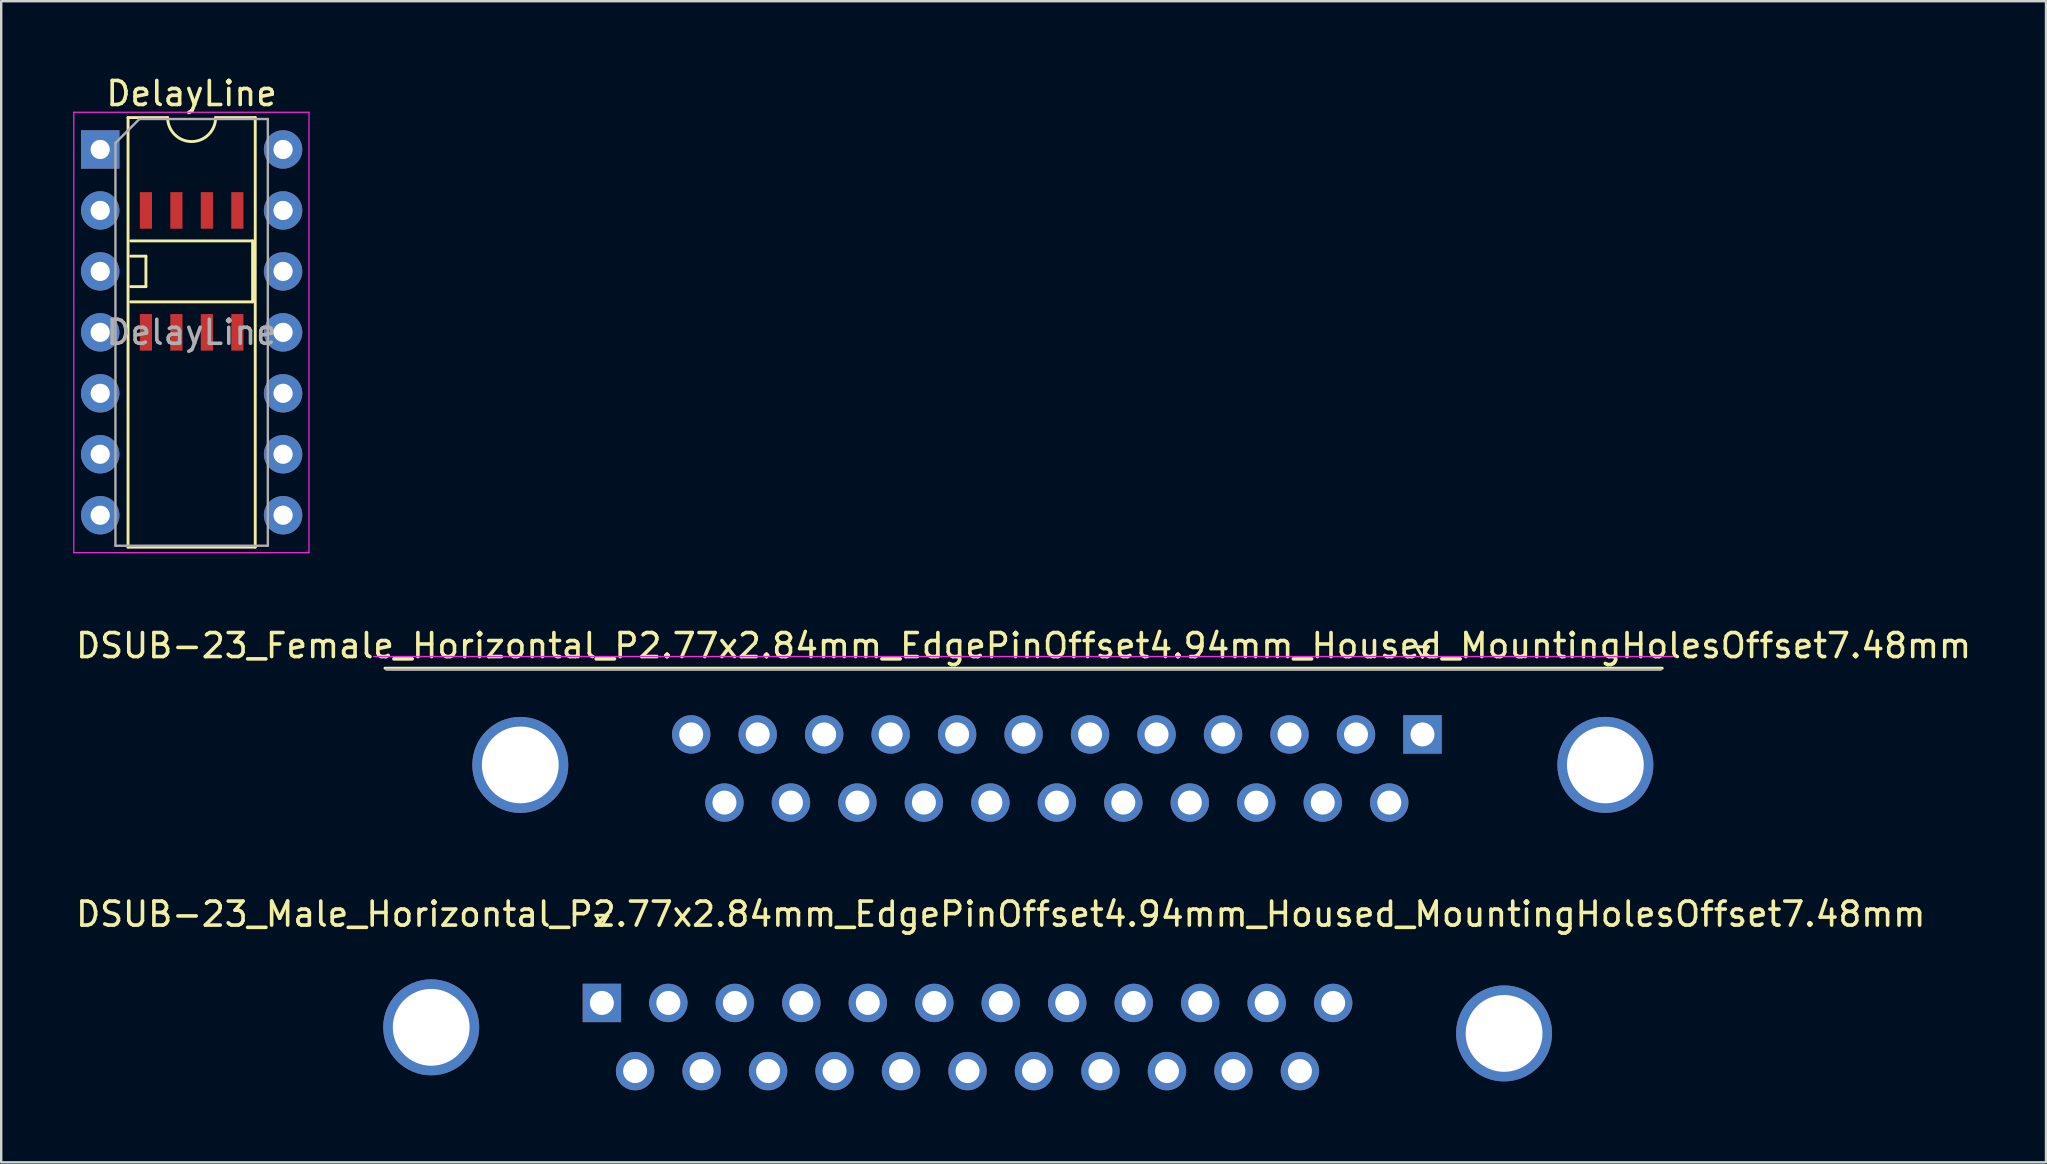
<source format=kicad_pcb>
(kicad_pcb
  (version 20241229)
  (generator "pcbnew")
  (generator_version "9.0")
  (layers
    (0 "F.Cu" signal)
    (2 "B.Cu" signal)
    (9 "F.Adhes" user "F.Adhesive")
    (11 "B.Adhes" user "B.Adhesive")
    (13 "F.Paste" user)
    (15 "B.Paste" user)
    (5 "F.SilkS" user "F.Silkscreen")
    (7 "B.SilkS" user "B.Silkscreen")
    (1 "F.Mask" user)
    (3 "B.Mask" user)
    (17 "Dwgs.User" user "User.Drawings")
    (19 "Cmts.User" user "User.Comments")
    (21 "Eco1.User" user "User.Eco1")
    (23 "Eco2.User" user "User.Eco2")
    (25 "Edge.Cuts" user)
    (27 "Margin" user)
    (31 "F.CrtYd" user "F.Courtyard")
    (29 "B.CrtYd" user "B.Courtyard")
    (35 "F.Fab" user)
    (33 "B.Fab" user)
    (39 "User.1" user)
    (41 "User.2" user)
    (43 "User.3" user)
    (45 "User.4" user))
  (footprint "DelayLine"
    (layer "F.Cu")
    (at 1.125 3.178)
    (property "Reference" "DelayLine" (at 3.81 -2.33 0) (layer "F.SilkS") (effects (font (size 1 1) (thickness 0.15))))
    (attr through_hole)
    (fp_line (start 1.16 -1.33) (end 1.16 16.57) (stroke (width 0.12) (type solid)) (layer "F.SilkS"))
    (fp_line (start 1.16 16.57) (end 6.46 16.57) (stroke (width 0.12) (type solid)) (layer "F.SilkS"))
    (fp_line (start 1.27 3.81) (end 6.35 3.81) (stroke (width 0.12) (type solid)) (layer "F.SilkS"))
    (fp_line (start 1.27 4.445) (end 1.905 4.445) (stroke (width 0.12) (type solid)) (layer "F.SilkS"))
    (fp_line (start 1.905 4.445) (end 1.905 5.715) (stroke (width 0.12) (type solid)) (layer "F.SilkS"))
    (fp_line (start 1.905 5.715) (end 1.27 5.715) (stroke (width 0.12) (type solid)) (layer "F.SilkS"))
    (fp_line (start 2.81 -1.33) (end 1.16 -1.33) (stroke (width 0.12) (type solid)) (layer "F.SilkS"))
    (fp_line (start 6.35 3.81) (end 6.35 6.35) (stroke (width 0.12) (type solid)) (layer "F.SilkS"))
    (fp_line (start 6.35 6.35) (end 1.27 6.35) (stroke (width 0.12) (type solid)) (layer "F.SilkS"))
    (fp_line (start 6.46 -1.33) (end 4.81 -1.33) (stroke (width 0.12) (type solid)) (layer "F.SilkS"))
    (fp_line (start 6.46 16.57) (end 6.46 -1.33) (stroke (width 0.12) (type solid)) (layer "F.SilkS"))
    (fp_arc (start 4.81 -1.33) (mid 3.81 -0.33) (end 2.81 -1.33) (stroke (width 0.12) (type solid)) (layer "F.SilkS"))
    (fp_line (start -1.1 -1.55) (end -1.1 16.8) (stroke (width 0.05) (type solid)) (layer "F.CrtYd"))
    (fp_line (start -1.1 16.8) (end 8.7 16.8) (stroke (width 0.05) (type solid)) (layer "F.CrtYd"))
    (fp_line (start 8.7 -1.55) (end -1.1 -1.55) (stroke (width 0.05) (type solid)) (layer "F.CrtYd"))
    (fp_line (start 8.7 16.8) (end 8.7 -1.55) (stroke (width 0.05) (type solid)) (layer "F.CrtYd"))
    (fp_line (start 0.635 -0.27) (end 1.635 -1.27) (stroke (width 0.1) (type solid)) (layer "F.Fab"))
    (fp_line (start 0.635 16.51) (end 0.635 -0.27) (stroke (width 0.1) (type solid)) (layer "F.Fab"))
    (fp_line (start 1.635 -1.27) (end 6.985 -1.27) (stroke (width 0.1) (type solid)) (layer "F.Fab"))
    (fp_line (start 6.985 -1.27) (end 6.985 16.51) (stroke (width 0.1) (type solid)) (layer "F.Fab"))
    (fp_line (start 6.985 16.51) (end 0.635 16.51) (stroke (width 0.1) (type solid)) (layer "F.Fab"))
    (fp_text user "${REFERENCE}" (at 3.81 7.62 0) (layer "F.Fab") (effects (font (size 1 1) (thickness 0.15))))
    (pad "1" thru_hole rect (at 0 0) (size 1.6 1.6) (drill 0.8) (layers "*.Cu" "*.Mask"))
    (pad "1" smd rect (at 1.905 7.62) (size 0.507 1.524) (layers "F.Cu" "F.Mask" "F.Paste"))
    (pad "2" thru_hole oval (at 0 2.54) (size 1.6 1.6) (drill 0.8) (layers "*.Cu" "*.Mask"))
    (pad "3" thru_hole oval (at 0 5.08) (size 1.6 1.6) (drill 0.8) (layers "*.Cu" "*.Mask"))
    (pad "4" thru_hole oval (at 0 7.62) (size 1.6 1.6) (drill 0.8) (layers "*.Cu" "*.Mask"))
    (pad "4" smd rect (at 3.175 7.62) (size 0.507 1.524) (layers "F.Cu" "F.Mask" "F.Paste"))
    (pad "5" thru_hole oval (at 0 10.16) (size 1.6 1.6) (drill 0.8) (layers "*.Cu" "*.Mask"))
    (pad "6" thru_hole oval (at 0 12.7) (size 1.6 1.6) (drill 0.8) (layers "*.Cu" "*.Mask"))
    (pad "6" smd rect (at 4.445 7.62) (size 0.507 1.524) (layers "F.Cu" "F.Mask" "F.Paste"))
    (pad "7" thru_hole oval (at 0 15.24) (size 1.6 1.6) (drill 0.8) (layers "*.Cu" "*.Mask"))
    (pad "7" smd rect (at 5.715 7.62) (size 0.507 1.524) (layers "F.Cu" "F.Mask" "F.Paste"))
    (pad "8" smd rect (at 5.715 2.54) (size 0.507 1.524) (layers "F.Cu" "F.Mask" "F.Paste"))
    (pad "8" thru_hole oval (at 7.62 15.24) (size 1.6 1.6) (drill 0.8) (layers "*.Cu" "*.Mask"))
    (pad "9" thru_hole oval (at 7.62 12.7) (size 1.6 1.6) (drill 0.8) (layers "*.Cu" "*.Mask"))
    (pad "10" smd rect (at 4.445 2.54) (size 0.507 1.524) (layers "F.Cu" "F.Mask" "F.Paste"))
    (pad "10" thru_hole oval (at 7.62 10.16) (size 1.6 1.6) (drill 0.8) (layers "*.Cu" "*.Mask"))
    (pad "11" thru_hole oval (at 7.62 7.62) (size 1.6 1.6) (drill 0.8) (layers "*.Cu" "*.Mask"))
    (pad "12" smd rect (at 3.175 2.54) (size 0.507 1.524) (layers "F.Cu" "F.Mask" "F.Paste"))
    (pad "12" thru_hole oval (at 7.62 5.08) (size 1.6 1.6) (drill 0.8) (layers "*.Cu" "*.Mask"))
    (pad "13" thru_hole oval (at 7.62 2.54) (size 1.6 1.6) (drill 0.8) (layers "*.Cu" "*.Mask"))
    (pad "14" smd rect (at 1.905 2.54) (size 0.507 1.524) (layers "F.Cu" "F.Mask" "F.Paste"))
    (pad "14" thru_hole oval (at 7.62 0) (size 1.6 1.6) (drill 0.8) (layers "*.Cu" "*.Mask")))
  (footprint "DSUB-23_Male_Horizontal_P2.77x2.84mm_EdgePinOffset4.94mm_Housed_MountingHolesOffset7.48mm"
    (layer "F.Cu")
    (at 22.029 38.74)
    (property "Reference" "DSUB-23_Male_Horizontal_P2.77x2.84mm_EdgePinOffset4.94mm_Housed_MountingHolesOffset7.48mm" (at 16.62 -3.7 0) (layer "F.SilkS") (effects (font (size 1 1) (thickness 0.15))))
    (attr through_hole)
    (fp_line (start -0.25 -3.654) (end 0.25 -3.654) (stroke (width 0.12) (type solid)) (layer "F.SilkS"))
    (fp_line (start 0 -3.221) (end -0.25 -3.654) (stroke (width 0.12) (type solid)) (layer "F.SilkS"))
    (fp_line (start 0.25 -3.654) (end 0 -3.221) (stroke (width 0.12) (type solid)) (layer "F.SilkS"))
    (pad "0" thru_hole circle (at -7.112 1.016) (size 4 4) (drill 3.2) (layers "*.Cu" "*.Mask"))
    (pad "0" thru_hole circle (at 37.592 1.27) (size 4 4) (drill 3.2) (layers "*.Cu" "*.Mask"))
    (pad "1" thru_hole rect (at 0 0) (size 1.6 1.6) (drill 1) (layers "*.Cu" "*.Mask"))
    (pad "2" thru_hole circle (at 2.77 0) (size 1.6 1.6) (drill 1) (layers "*.Cu" "*.Mask"))
    (pad "3" thru_hole circle (at 5.54 0) (size 1.6 1.6) (drill 1) (layers "*.Cu" "*.Mask"))
    (pad "4" thru_hole circle (at 8.31 0) (size 1.6 1.6) (drill 1) (layers "*.Cu" "*.Mask"))
    (pad "5" thru_hole circle (at 11.08 0) (size 1.6 1.6) (drill 1) (layers "*.Cu" "*.Mask"))
    (pad "6" thru_hole circle (at 13.85 0) (size 1.6 1.6) (drill 1) (layers "*.Cu" "*.Mask"))
    (pad "7" thru_hole circle (at 16.62 0) (size 1.6 1.6) (drill 1) (layers "*.Cu" "*.Mask"))
    (pad "8" thru_hole circle (at 19.39 0) (size 1.6 1.6) (drill 1) (layers "*.Cu" "*.Mask"))
    (pad "9" thru_hole circle (at 22.16 0) (size 1.6 1.6) (drill 1) (layers "*.Cu" "*.Mask"))
    (pad "10" thru_hole circle (at 24.93 0) (size 1.6 1.6) (drill 1) (layers "*.Cu" "*.Mask"))
    (pad "11" thru_hole circle (at 27.7 0) (size 1.6 1.6) (drill 1) (layers "*.Cu" "*.Mask"))
    (pad "12" thru_hole circle (at 30.47 0) (size 1.6 1.6) (drill 1) (layers "*.Cu" "*.Mask"))
    (pad "13" thru_hole circle (at 1.385 2.84) (size 1.6 1.6) (drill 1) (layers "*.Cu" "*.Mask"))
    (pad "14" thru_hole circle (at 4.155 2.84) (size 1.6 1.6) (drill 1) (layers "*.Cu" "*.Mask"))
    (pad "15" thru_hole circle (at 6.925 2.84) (size 1.6 1.6) (drill 1) (layers "*.Cu" "*.Mask"))
    (pad "16" thru_hole circle (at 9.695 2.84) (size 1.6 1.6) (drill 1) (layers "*.Cu" "*.Mask"))
    (pad "17" thru_hole circle (at 12.465 2.84) (size 1.6 1.6) (drill 1) (layers "*.Cu" "*.Mask"))
    (pad "18" thru_hole circle (at 15.235 2.84) (size 1.6 1.6) (drill 1) (layers "*.Cu" "*.Mask"))
    (pad "19" thru_hole circle (at 18.005 2.84) (size 1.6 1.6) (drill 1) (layers "*.Cu" "*.Mask"))
    (pad "20" thru_hole circle (at 20.775 2.84) (size 1.6 1.6) (drill 1) (layers "*.Cu" "*.Mask"))
    (pad "21" thru_hole circle (at 23.545 2.84) (size 1.6 1.6) (drill 1) (layers "*.Cu" "*.Mask"))
    (pad "22" thru_hole circle (at 26.315 2.84) (size 1.6 1.6) (drill 1) (layers "*.Cu" "*.Mask"))
    (pad "23" thru_hole circle (at 29.085 2.84) (size 1.6 1.6) (drill 1) (layers "*.Cu" "*.Mask")))
  (footprint "DSUB-23_Female_Horizontal_P2.77x2.84mm_EdgePinOffset4.94mm_Housed_MountingHolesOffset7.48mm"
    (layer "F.Cu")
    (at 56.221 27.552)
    (property "Reference" "DSUB-23_Female_Horizontal_P2.77x2.84mm_EdgePinOffset4.94mm_Housed_MountingHolesOffset7.48mm" (at -16.62 -3.7 0) (layer "F.SilkS") (effects (font (size 1 1) (thickness 0.15))))
    (attr through_hole)
    (fp_line (start -43.23 -2.76) (end 9.99 -2.76) (stroke (width 0.12) (type solid)) (layer "F.SilkS"))
    (fp_line (start -0.25 -3.654) (end 0.25 -3.654) (stroke (width 0.12) (type solid)) (layer "F.SilkS"))
    (fp_line (start 0 -3.221) (end -0.25 -3.654) (stroke (width 0.12) (type solid)) (layer "F.SilkS"))
    (fp_line (start 0.25 -3.654) (end 0 -3.221) (stroke (width 0.12) (type solid)) (layer "F.SilkS"))
    (fp_line (start 10.45 -3.25) (end -43.7 -3.25) (stroke (width 0.05) (type solid)) (layer "F.CrtYd"))
    (fp_line (start 9.93 -2.7) (end -43.17 -2.7) (stroke (width 0.1) (type solid)) (layer "F.Fab"))
    (pad "0" thru_hole circle (at -37.592 1.27) (size 4 4) (drill 3.2) (layers "*.Cu" "*.Mask"))
    (pad "0" thru_hole circle (at 7.62 1.27) (size 4 4) (drill 3.2) (layers "*.Cu" "*.Mask"))
    (pad "1" thru_hole rect (at 0 0) (size 1.6 1.6) (drill 1) (layers "*.Cu" "*.Mask"))
    (pad "2" thru_hole circle (at -2.77 0) (size 1.6 1.6) (drill 1) (layers "*.Cu" "*.Mask"))
    (pad "3" thru_hole circle (at -5.54 0) (size 1.6 1.6) (drill 1) (layers "*.Cu" "*.Mask"))
    (pad "4" thru_hole circle (at -8.31 0) (size 1.6 1.6) (drill 1) (layers "*.Cu" "*.Mask"))
    (pad "5" thru_hole circle (at -11.08 0) (size 1.6 1.6) (drill 1) (layers "*.Cu" "*.Mask"))
    (pad "6" thru_hole circle (at -13.85 0) (size 1.6 1.6) (drill 1) (layers "*.Cu" "*.Mask"))
    (pad "7" thru_hole circle (at -16.62 0) (size 1.6 1.6) (drill 1) (layers "*.Cu" "*.Mask"))
    (pad "8" thru_hole circle (at -19.39 0) (size 1.6 1.6) (drill 1) (layers "*.Cu" "*.Mask"))
    (pad "9" thru_hole circle (at -22.16 0) (size 1.6 1.6) (drill 1) (layers "*.Cu" "*.Mask"))
    (pad "10" thru_hole circle (at -24.93 0) (size 1.6 1.6) (drill 1) (layers "*.Cu" "*.Mask"))
    (pad "11" thru_hole circle (at -27.7 0) (size 1.6 1.6) (drill 1) (layers "*.Cu" "*.Mask"))
    (pad "12" thru_hole circle (at -30.47 0) (size 1.6 1.6) (drill 1) (layers "*.Cu" "*.Mask"))
    (pad "13" thru_hole circle (at -1.385 2.84) (size 1.6 1.6) (drill 1) (layers "*.Cu" "*.Mask"))
    (pad "14" thru_hole circle (at -4.155 2.84) (size 1.6 1.6) (drill 1) (layers "*.Cu" "*.Mask"))
    (pad "15" thru_hole circle (at -6.925 2.84) (size 1.6 1.6) (drill 1) (layers "*.Cu" "*.Mask"))
    (pad "16" thru_hole circle (at -9.695 2.84) (size 1.6 1.6) (drill 1) (layers "*.Cu" "*.Mask"))
    (pad "17" thru_hole circle (at -12.465 2.84) (size 1.6 1.6) (drill 1) (layers "*.Cu" "*.Mask"))
    (pad "18" thru_hole circle (at -15.235 2.84) (size 1.6 1.6) (drill 1) (layers "*.Cu" "*.Mask"))
    (pad "19" thru_hole circle (at -18.005 2.84) (size 1.6 1.6) (drill 1) (layers "*.Cu" "*.Mask"))
    (pad "20" thru_hole circle (at -20.775 2.84) (size 1.6 1.6) (drill 1) (layers "*.Cu" "*.Mask"))
    (pad "21" thru_hole circle (at -23.545 2.84) (size 1.6 1.6) (drill 1) (layers "*.Cu" "*.Mask"))
    (pad "22" thru_hole circle (at -26.315 2.84) (size 1.6 1.6) (drill 1) (layers "*.Cu" "*.Mask"))
    (pad "23" thru_hole circle (at -29.085 2.84) (size 1.6 1.6) (drill 1) (layers "*.Cu" "*.Mask")))
  (gr_rect
    (start -3 -3)
    (end 82.202 45.38)
    (stroke (width 0.1) (type default))
    (fill no)
    (layer "Edge.Cuts")))
</source>
